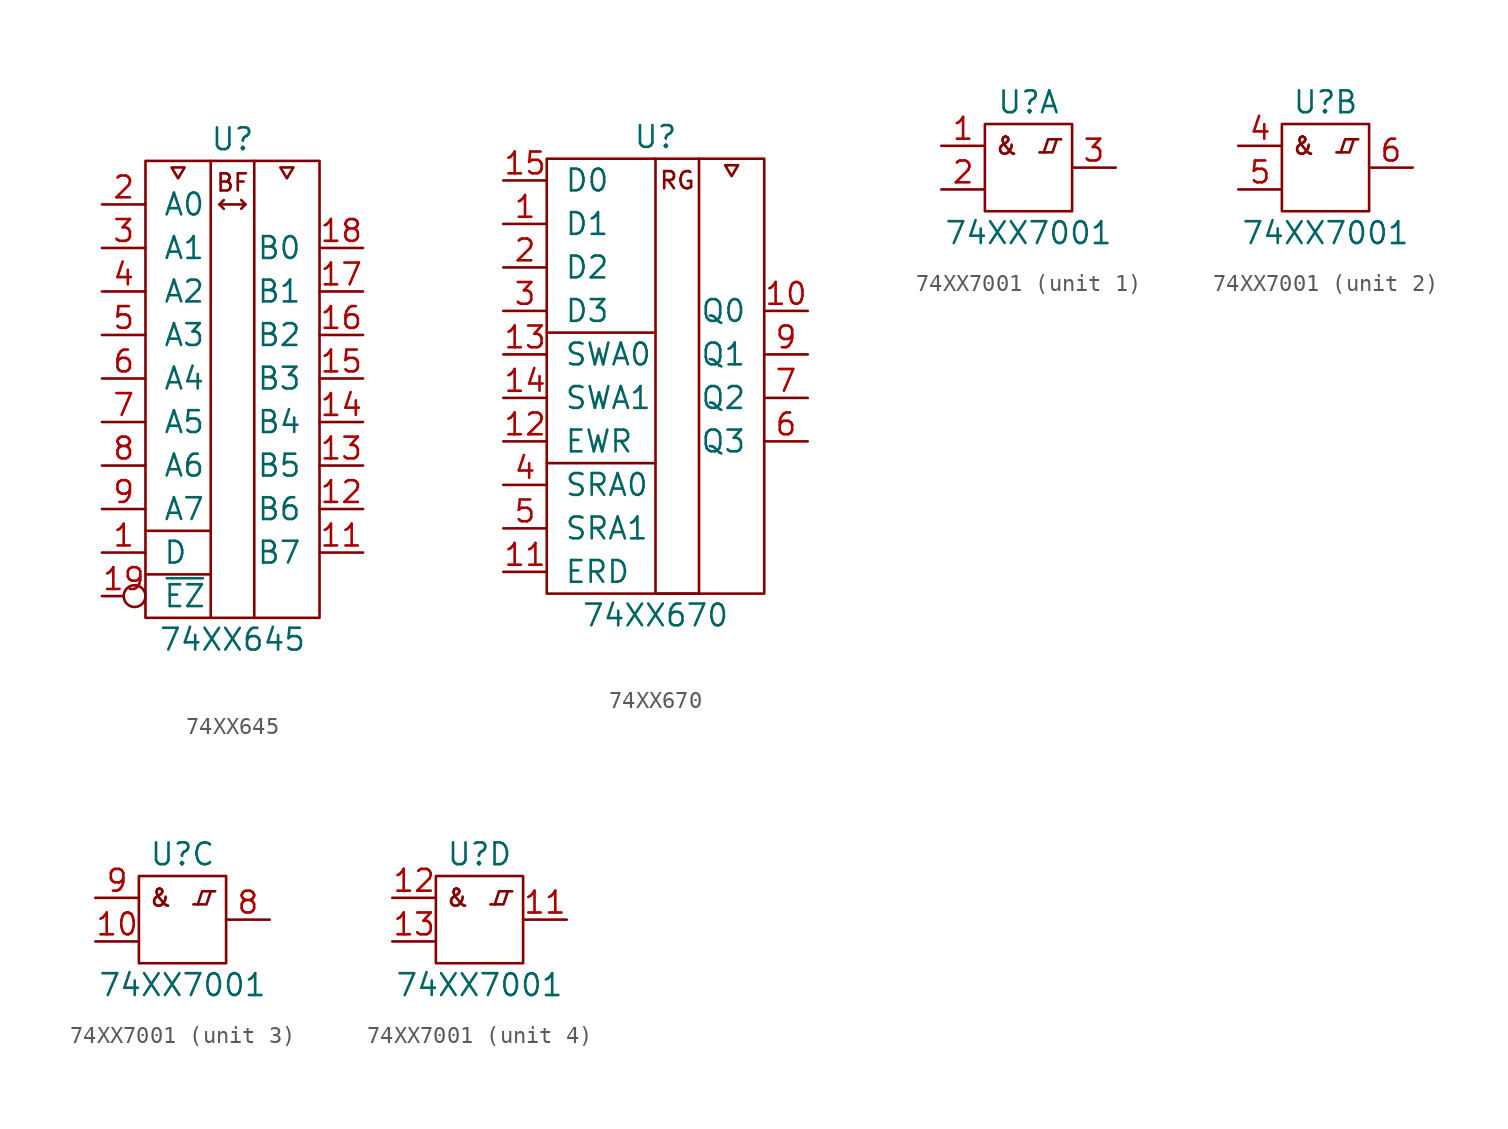
<source format=kicad_sym>
(kicad_symbol_lib
  (version 20211014)
  (generator kicad_symbol_editor)
  (symbol "74XX645"
    (pin_names
      (offset 1.016))
    (property "Reference" "U"
      (at 0 15.24 0)
      (effects (font (size 1.27 1.27))))
    (property "Value" "74XX645"
      (at 0 -13.97 0)
      (effects (font (size 1.27 1.27))))
    (symbol "74XX645_0_0"
      (polyline (pts (xy -1.27 -10.16) (xy -5.08 -10.16)) (stroke (width 0) (type default) (color 0 0 0 0)) (fill (type none))))
    (symbol "74XX645_0_1"
      (polyline (pts (xy -5.08 -7.62) (xy -1.27 -7.62)) (stroke (width 0) (type default) (color 0 0 0 0)) (fill (type none)))
      (polyline (pts (xy -1.27 13.97) (xy -1.27 -12.7)) (stroke (width 0) (type default) (color 0 0 0 0)) (fill (type none)))
      (polyline (pts (xy -0.762 11.43) (xy 0.762 11.43)) (stroke (width 0) (type default) (color 0 0 0 0)) (fill (type none)))
      (polyline (pts (xy 1.27 -12.7) (xy 1.27 13.97)) (stroke (width 0) (type default) (color 0 0 0 0)) (fill (type none)))
      (polyline (pts (xy -0.508 11.684) (xy -0.762 11.43) (xy -0.508 11.176)) (stroke (width 0) (type default) (color 0 0 0 0)) (fill (type none)))
      (polyline (pts (xy 0.508 11.684) (xy 0.762 11.43) (xy 0.508 11.176)) (stroke (width 0) (type default) (color 0 0 0 0)) (fill (type none)))
      (polyline (pts (xy -3.175 12.954) (xy -3.556 13.589) (xy -2.794 13.589) (xy -3.175 12.954)) (stroke (width 0) (type default) (color 0 0 0 0)) (fill (type none)))
      (polyline (pts (xy 3.175 12.954) (xy 2.794 13.589) (xy 3.556 13.589) (xy 3.175 12.954)) (stroke (width 0) (type default) (color 0 0 0 0)) (fill (type none)))
      (pin power_in line (at 5.08 -12.7 180) (length 0) hide (name "GND" (effects (font (size 1.27 1.27)))) (number "10" (effects (font (size 1.27 1.27)))))
      (pin power_in line (at 5.08 13.97 180) (length 0) hide (name "VCC" (effects (font (size 1.27 1.27)))) (number "20" (effects (font (size 1.27 1.27))))))
    (symbol "74XX645_1_1"
      (rectangle (start -5.08 13.97) (end 5.08 -12.7) (stroke (width 0) (type default) (color 0 0 0 0)) (fill (type none)))
      (text "BF" (at 0 12.7 0) (effects (font (size 1 1))))
      (pin input line (at -7.62 -8.89 0) (length 2.54) (name "D" (effects (font (size 1.27 1.27)))) (number "1" (effects (font (size 1.27 1.27)))))
      (pin tri_state line (at 7.62 -8.89 180) (length 2.54) (name "B7" (effects (font (size 1.27 1.27)))) (number "11" (effects (font (size 1.27 1.27)))))
      (pin tri_state line (at 7.62 -6.35 180) (length 2.54) (name "B6" (effects (font (size 1.27 1.27)))) (number "12" (effects (font (size 1.27 1.27)))))
      (pin tri_state line (at 7.62 -3.81 180) (length 2.54) (name "B5" (effects (font (size 1.27 1.27)))) (number "13" (effects (font (size 1.27 1.27)))))
      (pin tri_state line (at 7.62 -1.27 180) (length 2.54) (name "B4" (effects (font (size 1.27 1.27)))) (number "14" (effects (font (size 1.27 1.27)))))
      (pin tri_state line (at 7.62 1.27 180) (length 2.54) (name "B3" (effects (font (size 1.27 1.27)))) (number "15" (effects (font (size 1.27 1.27)))))
      (pin tri_state line (at 7.62 3.81 180) (length 2.54) (name "B2" (effects (font (size 1.27 1.27)))) (number "16" (effects (font (size 1.27 1.27)))))
      (pin tri_state line (at 7.62 6.35 180) (length 2.54) (name "B1" (effects (font (size 1.27 1.27)))) (number "17" (effects (font (size 1.27 1.27)))))
      (pin tri_state line (at 7.62 8.89 180) (length 2.54) (name "B0" (effects (font (size 1.27 1.27)))) (number "18" (effects (font (size 1.27 1.27)))))
      (pin input inverted (at -7.62 -11.43 0) (length 2.54) (name "~{EZ}" (effects (font (size 1.27 1.27)))) (number "19" (effects (font (size 1.27 1.27)))))
      (pin tri_state line (at -7.62 11.43 0) (length 2.54) (name "A0" (effects (font (size 1.27 1.27)))) (number "2" (effects (font (size 1.27 1.27)))))
      (pin tri_state line (at -7.62 8.89 0) (length 2.54) (name "A1" (effects (font (size 1.27 1.27)))) (number "3" (effects (font (size 1.27 1.27)))))
      (pin tri_state line (at -7.62 6.35 0) (length 2.54) (name "A2" (effects (font (size 1.27 1.27)))) (number "4" (effects (font (size 1.27 1.27)))))
      (pin tri_state line (at -7.62 3.81 0) (length 2.54) (name "A3" (effects (font (size 1.27 1.27)))) (number "5" (effects (font (size 1.27 1.27)))))
      (pin tri_state line (at -7.62 1.27 0) (length 2.54) (name "A4" (effects (font (size 1.27 1.27)))) (number "6" (effects (font (size 1.27 1.27)))))
      (pin tri_state line (at -7.62 -1.27 0) (length 2.54) (name "A5" (effects (font (size 1.27 1.27)))) (number "7" (effects (font (size 1.27 1.27)))))
      (pin tri_state line (at -7.62 -3.81 0) (length 2.54) (name "A6" (effects (font (size 1.27 1.27)))) (number "8" (effects (font (size 1.27 1.27)))))
      (pin tri_state line (at -7.62 -6.35 0) (length 2.54) (name "A7" (effects (font (size 1.27 1.27)))) (number "9" (effects (font (size 1.27 1.27)))))))
  (symbol "74XX670"
    (pin_names
      (offset 1.016))
    (property "Reference" "U"
      (at 0 15.24 0)
      (effects (font (size 1.27 1.27))))
    (property "Value" "74XX670"
      (at 0 -12.7 0)
      (effects (font (size 1.27 1.27))))
    (symbol "74XX670_0_1"
      (polyline (pts (xy -6.35 3.81) (xy 0 3.81)) (stroke (width 0) (type default) (color 0 0 0 0)) (fill (type none)))
      (polyline (pts (xy 0 -3.81) (xy -6.35 -3.81)) (stroke (width 0) (type default) (color 0 0 0 0)) (fill (type none)))
      (polyline (pts (xy 0 13.97) (xy 0 -11.43) (xy 2.54 -11.43) (xy 2.54 13.97)) (stroke (width 0) (type default) (color 0 0 0 0)) (fill (type none)))
      (polyline (pts (xy 4.445 12.954) (xy 4.064 13.589) (xy 4.826 13.589) (xy 4.445 12.954)) (stroke (width 0) (type default) (color 0 0 0 0)) (fill (type none))))
    (symbol "74XX670_1_1"
      (rectangle (start -6.35 -11.43) (end 6.35 13.97) (stroke (width 0) (type default) (color 0 0 0 0)) (fill (type none)))
      (text "RG" (at 1.27 12.7 0) (effects (font (size 1 1))))
      (pin input line (at -8.89 10.16 0) (length 2.54) (name "D1" (effects (font (size 1.27 1.27)))) (number "1" (effects (font (size 1.27 1.27)))))
      (pin tri_state line (at 8.89 5.08 180) (length 2.54) (name "Q0" (effects (font (size 1.27 1.27)))) (number "10" (effects (font (size 1.27 1.27)))))
      (pin input line (at -8.89 -10.16 0) (length 2.54) (name "ERD" (effects (font (size 1.27 1.27)))) (number "11" (effects (font (size 1.27 1.27)))))
      (pin input line (at -8.89 -2.54 0) (length 2.54) (name "EWR" (effects (font (size 1.27 1.27)))) (number "12" (effects (font (size 1.27 1.27)))))
      (pin input line (at -8.89 2.54 0) (length 2.54) (name "SWA0" (effects (font (size 1.27 1.27)))) (number "13" (effects (font (size 1.27 1.27)))))
      (pin input line (at -8.89 0 0) (length 2.54) (name "SWA1" (effects (font (size 1.27 1.27)))) (number "14" (effects (font (size 1.27 1.27)))))
      (pin input line (at -8.89 12.7 0) (length 2.54) (name "D0" (effects (font (size 1.27 1.27)))) (number "15" (effects (font (size 1.27 1.27)))))
      (pin power_in line (at 6.35 13.97 180) (length 0) hide (name "VCC" (effects (font (size 1.27 1.27)))) (number "16" (effects (font (size 1.27 1.27)))))
      (pin input line (at -8.89 7.62 0) (length 2.54) (name "D2" (effects (font (size 1.27 1.27)))) (number "2" (effects (font (size 1.27 1.27)))))
      (pin input line (at -8.89 5.08 0) (length 2.54) (name "D3" (effects (font (size 1.27 1.27)))) (number "3" (effects (font (size 1.27 1.27)))))
      (pin input line (at -8.89 -5.08 0) (length 2.54) (name "SRA0" (effects (font (size 1.27 1.27)))) (number "4" (effects (font (size 1.27 1.27)))))
      (pin input line (at -8.89 -7.62 0) (length 2.54) (name "SRA1" (effects (font (size 1.27 1.27)))) (number "5" (effects (font (size 1.27 1.27)))))
      (pin tri_state line (at 8.89 -2.54 180) (length 2.54) (name "Q3" (effects (font (size 1.27 1.27)))) (number "6" (effects (font (size 1.27 1.27)))))
      (pin tri_state line (at 8.89 0 180) (length 2.54) (name "Q2" (effects (font (size 1.27 1.27)))) (number "7" (effects (font (size 1.27 1.27)))))
      (pin power_in line (at 6.35 -11.43 180) (length 0) hide (name "GND" (effects (font (size 1.27 1.27)))) (number "8" (effects (font (size 1.27 1.27)))))
      (pin tri_state line (at 8.89 2.54 180) (length 2.54) (name "Q1" (effects (font (size 1.27 1.27)))) (number "9" (effects (font (size 1.27 1.27)))))))
  (symbol "74XX7001"
    (pin_names
      (offset 1.016) hide)
    (property "Reference" "U"
      (at 0 3.81 0)
      (effects (font (size 1.27 1.27))))
    (property "Value" "74XX7001"
      (at 0 -3.81 0)
      (effects (font (size 1.27 1.27))))
    (symbol "74XX7001_0_0"
      (polyline (pts (xy 0.635 0.889) (xy 1.397 0.889) (xy 1.651 1.651)) (stroke (width 0) (type default) (color 0 0 0 0)) (fill (type none)))
      (polyline (pts (xy 0.889 0.889) (xy 1.143 1.651) (xy 1.905 1.651)) (stroke (width 0) (type default) (color 0 0 0 0)) (fill (type none)))
      (text "&" (at -1.27 1.27 0) (effects (font (size 1 1)))))
    (symbol "74XX7001_0_1"
      (rectangle (start -2.54 -2.54) (end 2.54 2.54) (stroke (width 0) (type default) (color 0 0 0 0)) (fill (type none)))
      (pin power_in line (at 2.54 2.54 180) (length 0) hide (name "VCC" (effects (font (size 1.27 1.27)))) (number "14" (effects (font (size 1.27 1.27)))))
      (pin power_in line (at 2.54 -2.54 180) (length 0) hide (name "GND" (effects (font (size 1.27 1.27)))) (number "7" (effects (font (size 1.27 1.27))))))
    (symbol "74XX7001_1_1"
      (pin input line (at -5.08 1.27 0) (length 2.54) (name "A" (effects (font (size 1.27 1.27)))) (number "1" (effects (font (size 1.27 1.27)))))
      (pin input line (at -5.08 -1.27 0) (length 2.54) (name "B" (effects (font (size 1.27 1.27)))) (number "2" (effects (font (size 1.27 1.27)))))
      (pin output line (at 5.08 0 180) (length 2.54) (name "~{Y}" (effects (font (size 1.27 1.27)))) (number "3" (effects (font (size 1.27 1.27))))))
    (symbol "74XX7001_2_1"
      (pin input line (at -5.08 1.27 0) (length 2.54) (name "A" (effects (font (size 1.27 1.27)))) (number "4" (effects (font (size 1.27 1.27)))))
      (pin input line (at -5.08 -1.27 0) (length 2.54) (name "B" (effects (font (size 1.27 1.27)))) (number "5" (effects (font (size 1.27 1.27)))))
      (pin output line (at 5.08 0 180) (length 2.54) (name "~{Y}" (effects (font (size 1.27 1.27)))) (number "6" (effects (font (size 1.27 1.27))))))
    (symbol "74XX7001_3_1"
      (pin input line (at -5.08 -1.27 0) (length 2.54) (name "B" (effects (font (size 1.27 1.27)))) (number "10" (effects (font (size 1.27 1.27)))))
      (pin output line (at 5.08 0 180) (length 2.54) (name "~{Y}" (effects (font (size 1.27 1.27)))) (number "8" (effects (font (size 1.27 1.27)))))
      (pin input line (at -5.08 1.27 0) (length 2.54) (name "A" (effects (font (size 1.27 1.27)))) (number "9" (effects (font (size 1.27 1.27))))))
    (symbol "74XX7001_4_1"
      (pin output line (at 5.08 0 180) (length 2.54) (name "~{Y}" (effects (font (size 1.27 1.27)))) (number "11" (effects (font (size 1.27 1.27)))))
      (pin input line (at -5.08 1.27 0) (length 2.54) (name "A" (effects (font (size 1.27 1.27)))) (number "12" (effects (font (size 1.27 1.27)))))
      (pin input line (at -5.08 -1.27 0) (length 2.54) (name "B" (effects (font (size 1.27 1.27)))) (number "13" (effects (font (size 1.27 1.27))))))))
</source>
